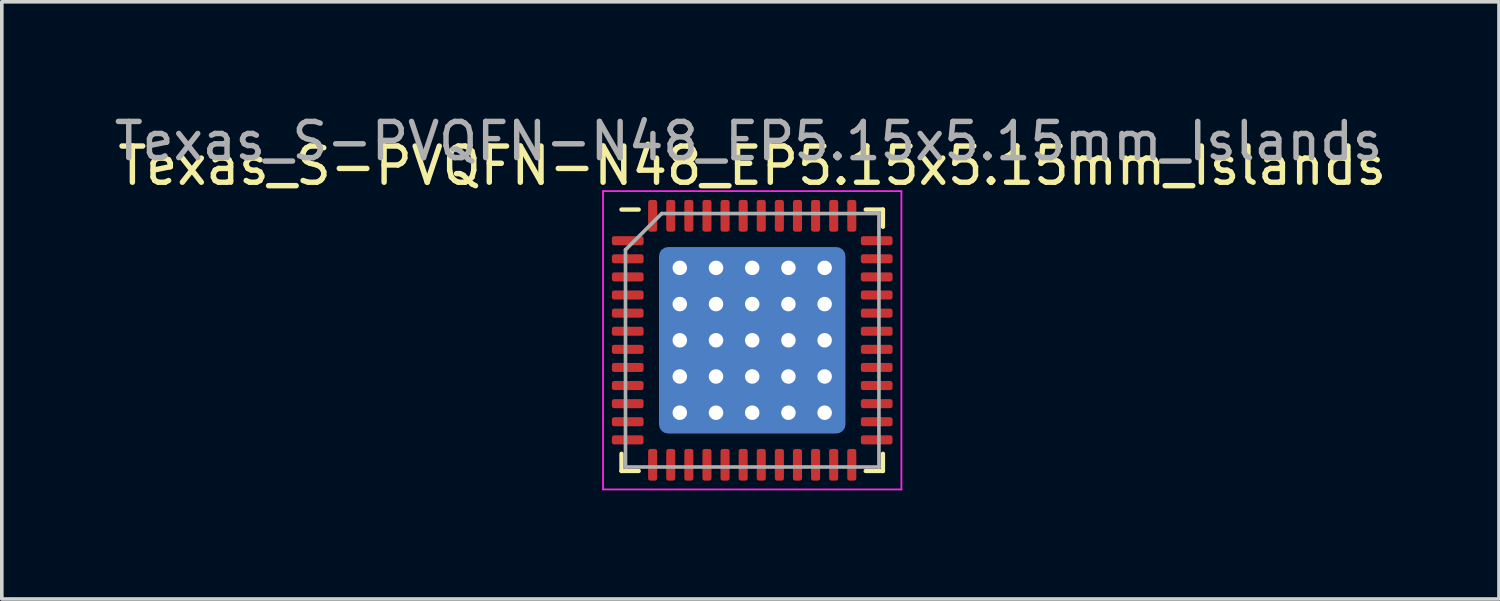
<source format=kicad_pcb>
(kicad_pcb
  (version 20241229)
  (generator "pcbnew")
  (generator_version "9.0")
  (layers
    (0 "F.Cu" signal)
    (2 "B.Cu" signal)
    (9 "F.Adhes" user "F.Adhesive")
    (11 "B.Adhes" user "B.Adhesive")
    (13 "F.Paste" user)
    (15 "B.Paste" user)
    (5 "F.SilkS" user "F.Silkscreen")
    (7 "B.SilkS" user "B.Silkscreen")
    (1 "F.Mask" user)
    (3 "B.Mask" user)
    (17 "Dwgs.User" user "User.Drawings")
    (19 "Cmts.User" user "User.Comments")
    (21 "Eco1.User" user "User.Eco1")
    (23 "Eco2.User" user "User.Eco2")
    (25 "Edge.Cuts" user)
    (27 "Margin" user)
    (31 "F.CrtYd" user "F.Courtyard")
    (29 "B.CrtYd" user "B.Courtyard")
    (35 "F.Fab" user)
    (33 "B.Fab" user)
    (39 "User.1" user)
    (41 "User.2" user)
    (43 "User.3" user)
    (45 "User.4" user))
  (footprint "Texas_S-PVQFN-N48_EP5.15x5.15mm_Islands"
    (layer "F.Cu")
    (at 17.725 6.348)
    (property "Reference" "Texas_S-PVQFN-N48_EP5.15x5.15mm_Islands" (at 0 -4.82 0) (layer "F.SilkS") (effects (font (size 1 1) (thickness 0.15))))
    (attr smd)
    (fp_line (start -3.61 3.61) (end -3.61 3.135) (stroke (width 0.12) (type solid)) (layer "F.SilkS"))
    (fp_line (start -3.135 -3.61) (end -3.61 -3.61) (stroke (width 0.12) (type solid)) (layer "F.SilkS"))
    (fp_line (start -3.135 3.61) (end -3.61 3.61) (stroke (width 0.12) (type solid)) (layer "F.SilkS"))
    (fp_line (start 3.135 -3.61) (end 3.61 -3.61) (stroke (width 0.12) (type solid)) (layer "F.SilkS"))
    (fp_line (start 3.135 3.61) (end 3.61 3.61) (stroke (width 0.12) (type solid)) (layer "F.SilkS"))
    (fp_line (start 3.61 -3.61) (end 3.61 -3.135) (stroke (width 0.12) (type solid)) (layer "F.SilkS"))
    (fp_line (start 3.61 3.61) (end 3.61 3.135) (stroke (width 0.12) (type solid)) (layer "F.SilkS"))
    (fp_line (start -4.12 -4.12) (end -4.12 4.12) (stroke (width 0.05) (type solid)) (layer "F.CrtYd"))
    (fp_line (start -4.12 4.12) (end 4.12 4.12) (stroke (width 0.05) (type solid)) (layer "F.CrtYd"))
    (fp_line (start 4.12 -4.12) (end -4.12 -4.12) (stroke (width 0.05) (type solid)) (layer "F.CrtYd"))
    (fp_line (start 4.12 4.12) (end 4.12 -4.12) (stroke (width 0.05) (type solid)) (layer "F.CrtYd"))
    (fp_line (start -3.5 -2.5) (end -2.5 -3.5) (stroke (width 0.1) (type solid)) (layer "F.Fab"))
    (fp_line (start -3.5 3.5) (end -3.5 -2.5) (stroke (width 0.1) (type solid)) (layer "F.Fab"))
    (fp_line (start -2.5 -3.5) (end 3.5 -3.5) (stroke (width 0.1) (type solid)) (layer "F.Fab"))
    (fp_line (start 3.5 -3.5) (end 3.5 3.5) (stroke (width 0.1) (type solid)) (layer "F.Fab"))
    (fp_line (start 3.5 3.5) (end -3.5 3.5) (stroke (width 0.1) (type solid)) (layer "F.Fab"))
    (fp_text user "${REFERENCE}" (at -0.1 -5.5 0) (layer "F.Fab") (effects (font (size 1 1) (thickness 0.15))))
    (pad "1" smd roundrect (at -3.438 -2.75) (size 0.875 0.25) (layers "F.Cu" "F.Mask" "F.Paste") (roundrect_rratio 0.25))
    (pad "2" smd roundrect (at -3.438 -2.25) (size 0.875 0.25) (layers "F.Cu" "F.Mask" "F.Paste") (roundrect_rratio 0.25))
    (pad "3" smd roundrect (at -3.438 -1.75) (size 0.875 0.25) (layers "F.Cu" "F.Mask" "F.Paste") (roundrect_rratio 0.25))
    (pad "4" smd roundrect (at -3.438 -1.25) (size 0.875 0.25) (layers "F.Cu" "F.Mask" "F.Paste") (roundrect_rratio 0.25))
    (pad "5" smd roundrect (at -3.438 -0.75) (size 0.875 0.25) (layers "F.Cu" "F.Mask" "F.Paste") (roundrect_rratio 0.25))
    (pad "6" smd roundrect (at -3.438 -0.25) (size 0.875 0.25) (layers "F.Cu" "F.Mask" "F.Paste") (roundrect_rratio 0.25))
    (pad "7" smd roundrect (at -3.438 0.25) (size 0.875 0.25) (layers "F.Cu" "F.Mask" "F.Paste") (roundrect_rratio 0.25))
    (pad "8" smd roundrect (at -3.438 0.75) (size 0.875 0.25) (layers "F.Cu" "F.Mask" "F.Paste") (roundrect_rratio 0.25))
    (pad "9" smd roundrect (at -3.438 1.25) (size 0.875 0.25) (layers "F.Cu" "F.Mask" "F.Paste") (roundrect_rratio 0.25))
    (pad "10" smd roundrect (at -3.438 1.75) (size 0.875 0.25) (layers "F.Cu" "F.Mask" "F.Paste") (roundrect_rratio 0.25))
    (pad "11" smd roundrect (at -3.438 2.25) (size 0.875 0.25) (layers "F.Cu" "F.Mask" "F.Paste") (roundrect_rratio 0.25))
    (pad "12" smd roundrect (at -3.438 2.75) (size 0.875 0.25) (layers "F.Cu" "F.Mask" "F.Paste") (roundrect_rratio 0.25))
    (pad "13" smd roundrect (at -2.75 3.438) (size 0.25 0.875) (layers "F.Cu" "F.Mask" "F.Paste") (roundrect_rratio 0.25))
    (pad "14" smd roundrect (at -2.25 3.438) (size 0.25 0.875) (layers "F.Cu" "F.Mask" "F.Paste") (roundrect_rratio 0.25))
    (pad "15" smd roundrect (at -1.75 3.438) (size 0.25 0.875) (layers "F.Cu" "F.Mask" "F.Paste") (roundrect_rratio 0.25))
    (pad "16" smd roundrect (at -1.25 3.438) (size 0.25 0.875) (layers "F.Cu" "F.Mask" "F.Paste") (roundrect_rratio 0.25))
    (pad "17" smd roundrect (at -0.75 3.438) (size 0.25 0.875) (layers "F.Cu" "F.Mask" "F.Paste") (roundrect_rratio 0.25))
    (pad "18" smd roundrect (at -0.25 3.438) (size 0.25 0.875) (layers "F.Cu" "F.Mask" "F.Paste") (roundrect_rratio 0.25))
    (pad "19" smd roundrect (at 0.25 3.438) (size 0.25 0.875) (layers "F.Cu" "F.Mask" "F.Paste") (roundrect_rratio 0.25))
    (pad "20" smd roundrect (at 0.75 3.438) (size 0.25 0.875) (layers "F.Cu" "F.Mask" "F.Paste") (roundrect_rratio 0.25))
    (pad "21" smd roundrect (at 1.25 3.438) (size 0.25 0.875) (layers "F.Cu" "F.Mask" "F.Paste") (roundrect_rratio 0.25))
    (pad "22" smd roundrect (at 1.75 3.438) (size 0.25 0.875) (layers "F.Cu" "F.Mask" "F.Paste") (roundrect_rratio 0.25))
    (pad "23" smd roundrect (at 2.25 3.438) (size 0.25 0.875) (layers "F.Cu" "F.Mask" "F.Paste") (roundrect_rratio 0.25))
    (pad "24" smd roundrect (at 2.75 3.438) (size 0.25 0.875) (layers "F.Cu" "F.Mask" "F.Paste") (roundrect_rratio 0.25))
    (pad "25" smd roundrect (at 3.438 2.75) (size 0.875 0.25) (layers "F.Cu" "F.Mask" "F.Paste") (roundrect_rratio 0.25))
    (pad "26" smd roundrect (at 3.438 2.25) (size 0.875 0.25) (layers "F.Cu" "F.Mask" "F.Paste") (roundrect_rratio 0.25))
    (pad "27" smd roundrect (at 3.438 1.75) (size 0.875 0.25) (layers "F.Cu" "F.Mask" "F.Paste") (roundrect_rratio 0.25))
    (pad "28" smd roundrect (at 3.438 1.25) (size 0.875 0.25) (layers "F.Cu" "F.Mask" "F.Paste") (roundrect_rratio 0.25))
    (pad "29" smd roundrect (at 3.438 0.75) (size 0.875 0.25) (layers "F.Cu" "F.Mask" "F.Paste") (roundrect_rratio 0.25))
    (pad "30" smd roundrect (at 3.438 0.25) (size 0.875 0.25) (layers "F.Cu" "F.Mask" "F.Paste") (roundrect_rratio 0.25))
    (pad "31" smd roundrect (at 3.438 -0.25) (size 0.875 0.25) (layers "F.Cu" "F.Mask" "F.Paste") (roundrect_rratio 0.25))
    (pad "32" smd roundrect (at 3.438 -0.75) (size 0.875 0.25) (layers "F.Cu" "F.Mask" "F.Paste") (roundrect_rratio 0.25))
    (pad "33" smd roundrect (at 3.438 -1.25) (size 0.875 0.25) (layers "F.Cu" "F.Mask" "F.Paste") (roundrect_rratio 0.25))
    (pad "34" smd roundrect (at 3.438 -1.75) (size 0.875 0.25) (layers "F.Cu" "F.Mask" "F.Paste") (roundrect_rratio 0.25))
    (pad "35" smd roundrect (at 3.438 -2.25) (size 0.875 0.25) (layers "F.Cu" "F.Mask" "F.Paste") (roundrect_rratio 0.25))
    (pad "36" smd roundrect (at 3.438 -2.75) (size 0.875 0.25) (layers "F.Cu" "F.Mask" "F.Paste") (roundrect_rratio 0.25))
    (pad "37" smd roundrect (at 2.75 -3.438) (size 0.25 0.875) (layers "F.Cu" "F.Mask" "F.Paste") (roundrect_rratio 0.25))
    (pad "38" smd roundrect (at 2.25 -3.438) (size 0.25 0.875) (layers "F.Cu" "F.Mask" "F.Paste") (roundrect_rratio 0.25))
    (pad "39" smd roundrect (at 1.75 -3.438) (size 0.25 0.875) (layers "F.Cu" "F.Mask" "F.Paste") (roundrect_rratio 0.25))
    (pad "40" smd roundrect (at 1.25 -3.438) (size 0.25 0.875) (layers "F.Cu" "F.Mask" "F.Paste") (roundrect_rratio 0.25))
    (pad "41" smd roundrect (at 0.75 -3.438) (size 0.25 0.875) (layers "F.Cu" "F.Mask" "F.Paste") (roundrect_rratio 0.25))
    (pad "42" smd roundrect (at 0.25 -3.438) (size 0.25 0.875) (layers "F.Cu" "F.Mask" "F.Paste") (roundrect_rratio 0.25))
    (pad "43" smd roundrect (at -0.25 -3.438) (size 0.25 0.875) (layers "F.Cu" "F.Mask" "F.Paste") (roundrect_rratio 0.25))
    (pad "44" smd roundrect (at -0.75 -3.438) (size 0.25 0.875) (layers "F.Cu" "F.Mask" "F.Paste") (roundrect_rratio 0.25))
    (pad "45" smd roundrect (at -1.25 -3.438) (size 0.25 0.875) (layers "F.Cu" "F.Mask" "F.Paste") (roundrect_rratio 0.25))
    (pad "46" smd roundrect (at -1.75 -3.438) (size 0.25 0.875) (layers "F.Cu" "F.Mask" "F.Paste") (roundrect_rratio 0.25))
    (pad "47" smd roundrect (at -2.25 -3.438) (size 0.25 0.875) (layers "F.Cu" "F.Mask" "F.Paste") (roundrect_rratio 0.25))
    (pad "48" smd roundrect (at -2.75 -3.438) (size 0.25 0.875) (layers "F.Cu" "F.Mask" "F.Paste") (roundrect_rratio 0.25))
    (pad "49" smd custom (at -2.288 -2.288) (size 0.342 0.342) (layers "F.Cu" "F.Paste") (options (anchor circle)) (primitives (gr_poly (pts (xy -0.116 -0.116) (xy 0.116 -0.116) (xy 0.116 0.012) (xy 0.012 0.116) (xy -0.116 0.116)) (width 0.232) (fill yes))))
    (pad "49" smd custom (at -2.288 -1.5) (size 0.371 0.371) (layers "F.Cu" "F.Paste") (options (anchor circle)) (primitives (gr_poly (pts (xy -0.14 -0.311) (xy 0.063 -0.311) (xy 0.14 -0.235) (xy 0.14 0.235) (xy 0.063 0.311) (xy -0.14 0.311)) (width 0.184) (fill yes))))
    (pad "49" smd custom (at -2.288 -0.5) (size 0.371 0.371) (layers "F.Cu" "F.Paste") (options (anchor circle)) (primitives (gr_poly (pts (xy -0.14 -0.311) (xy 0.063 -0.311) (xy 0.14 -0.235) (xy 0.14 0.235) (xy 0.063 0.311) (xy -0.14 0.311)) (width 0.184) (fill yes))))
    (pad "49" smd custom (at -2.288 0.5) (size 0.371 0.371) (layers "F.Cu" "F.Paste") (options (anchor circle)) (primitives (gr_poly (pts (xy -0.14 -0.311) (xy 0.063 -0.311) (xy 0.14 -0.235) (xy 0.14 0.235) (xy 0.063 0.311) (xy -0.14 0.311)) (width 0.184) (fill yes))))
    (pad "49" smd custom (at -2.288 1.5) (size 0.371 0.371) (layers "F.Cu" "F.Paste") (options (anchor circle)) (primitives (gr_poly (pts (xy -0.14 -0.311) (xy 0.063 -0.311) (xy 0.14 -0.235) (xy 0.14 0.235) (xy 0.063 0.311) (xy -0.14 0.311)) (width 0.184) (fill yes))))
    (pad "49" smd custom (at -2.288 2.288) (size 0.342 0.342) (layers "F.Cu" "F.Paste") (options (anchor circle)) (primitives (gr_poly (pts (xy -0.116 -0.116) (xy 0.012 -0.116) (xy 0.116 -0.012) (xy 0.116 0.116) (xy -0.116 0.116)) (width 0.232) (fill yes))))
    (pad "49" thru_hole circle (at -2 -2) (size 0.7 0.7) (drill 0.4) (layers "*.Cu"))
    (pad "49" thru_hole circle (at -2 -1) (size 0.7 0.7) (drill 0.4) (layers "*.Cu"))
    (pad "49" thru_hole circle (at -2 0) (size 0.7 0.7) (drill 0.4) (layers "*.Cu"))
    (pad "49" thru_hole circle (at -2 1) (size 0.7 0.7) (drill 0.4) (layers "*.Cu"))
    (pad "49" thru_hole circle (at -2 2) (size 0.7 0.7) (drill 0.4) (layers "*.Cu"))
    (pad "49" smd custom (at -1.5 -2.288) (size 0.371 0.371) (layers "F.Cu" "F.Paste") (options (anchor circle)) (primitives (gr_poly (pts (xy -0.311 -0.14) (xy 0.311 -0.14) (xy 0.311 0.063) (xy 0.235 0.14) (xy -0.235 0.14) (xy -0.311 0.063)) (width 0.184) (fill yes))))
    (pad "49" smd roundrect (at -1.5 -1.5) (size 0.806 0.806) (layers "F.Cu" "F.Paste") (roundrect_rratio 0.25))
    (pad "49" smd roundrect (at -1.5 -0.5) (size 0.806 0.806) (layers "F.Cu" "F.Paste") (roundrect_rratio 0.25))
    (pad "49" smd roundrect (at -1.5 0.5) (size 0.806 0.806) (layers "F.Cu" "F.Paste") (roundrect_rratio 0.25))
    (pad "49" smd roundrect (at -1.5 1.5) (size 0.806 0.806) (layers "F.Cu" "F.Paste") (roundrect_rratio 0.25))
    (pad "49" smd custom (at -1.5 2.288) (size 0.371 0.371) (layers "F.Cu" "F.Paste") (options (anchor circle)) (primitives (gr_poly (pts (xy -0.311 -0.063) (xy -0.235 -0.14) (xy 0.235 -0.14) (xy 0.311 -0.063) (xy 0.311 0.14) (xy -0.311 0.14)) (width 0.184) (fill yes))))
    (pad "49" thru_hole circle (at -1 -2) (size 0.7 0.7) (drill 0.4) (layers "*.Cu"))
    (pad "49" thru_hole circle (at -1 -1) (size 0.7 0.7) (drill 0.4) (layers "*.Cu"))
    (pad "49" thru_hole circle (at -1 0) (size 0.7 0.7) (drill 0.4) (layers "*.Cu"))
    (pad "49" thru_hole circle (at -1 1) (size 0.7 0.7) (drill 0.4) (layers "*.Cu"))
    (pad "49" thru_hole circle (at -1 2) (size 0.7 0.7) (drill 0.4) (layers "*.Cu"))
    (pad "49" smd custom (at -0.5 -2.288) (size 0.371 0.371) (layers "F.Cu" "F.Paste") (options (anchor circle)) (primitives (gr_poly (pts (xy -0.311 -0.14) (xy 0.311 -0.14) (xy 0.311 0.063) (xy 0.235 0.14) (xy -0.235 0.14) (xy -0.311 0.063)) (width 0.184) (fill yes))))
    (pad "49" smd roundrect (at -0.5 -1.5) (size 0.806 0.806) (layers "F.Cu" "F.Paste") (roundrect_rratio 0.25))
    (pad "49" smd roundrect (at -0.5 -0.5) (size 0.806 0.806) (layers "F.Cu" "F.Paste") (roundrect_rratio 0.25))
    (pad "49" smd roundrect (at -0.5 0.5) (size 0.806 0.806) (layers "F.Cu" "F.Paste") (roundrect_rratio 0.25))
    (pad "49" smd roundrect (at -0.5 1.5) (size 0.806 0.806) (layers "F.Cu" "F.Paste") (roundrect_rratio 0.25))
    (pad "49" smd custom (at -0.5 2.288) (size 0.371 0.371) (layers "F.Cu" "F.Paste") (options (anchor circle)) (primitives (gr_poly (pts (xy -0.311 -0.063) (xy -0.235 -0.14) (xy 0.235 -0.14) (xy 0.311 -0.063) (xy 0.311 0.14) (xy -0.311 0.14)) (width 0.184) (fill yes))))
    (pad "49" thru_hole circle (at 0 -2) (size 0.7 0.7) (drill 0.4) (layers "*.Cu"))
    (pad "49" thru_hole circle (at 0 -1) (size 0.7 0.7) (drill 0.4) (layers "*.Cu"))
    (pad "49" thru_hole circle (at 0 0) (size 0.7 0.7) (drill 0.4) (layers "*.Cu"))
    (pad "49" smd roundrect (at 0 0) (size 5.15 5.15) (layers "B.Cu" "B.Mask") (roundrect_rratio 0.049))
    (pad "49" thru_hole circle (at 0 1) (size 0.7 0.7) (drill 0.4) (layers "*.Cu"))
    (pad "49" thru_hole circle (at 0 2) (size 0.7 0.7) (drill 0.4) (layers "*.Cu"))
    (pad "49" smd custom (at 0.5 -2.288) (size 0.371 0.371) (layers "F.Cu" "F.Paste") (options (anchor circle)) (primitives (gr_poly (pts (xy -0.311 -0.14) (xy 0.311 -0.14) (xy 0.311 0.063) (xy 0.235 0.14) (xy -0.235 0.14) (xy -0.311 0.063)) (width 0.184) (fill yes))))
    (pad "49" smd roundrect (at 0.5 -1.5) (size 0.806 0.806) (layers "F.Cu" "F.Paste") (roundrect_rratio 0.25))
    (pad "49" smd roundrect (at 0.5 -0.5) (size 0.806 0.806) (layers "F.Cu" "F.Paste") (roundrect_rratio 0.25))
    (pad "49" smd roundrect (at 0.5 0.5) (size 0.806 0.806) (layers "F.Cu" "F.Paste") (roundrect_rratio 0.25))
    (pad "49" smd roundrect (at 0.5 1.5) (size 0.806 0.806) (layers "F.Cu" "F.Paste") (roundrect_rratio 0.25))
    (pad "49" smd custom (at 0.5 2.288) (size 0.371 0.371) (layers "F.Cu" "F.Paste") (options (anchor circle)) (primitives (gr_poly (pts (xy -0.311 -0.063) (xy -0.235 -0.14) (xy 0.235 -0.14) (xy 0.311 -0.063) (xy 0.311 0.14) (xy -0.311 0.14)) (width 0.184) (fill yes))))
    (pad "49" thru_hole circle (at 1 -2) (size 0.7 0.7) (drill 0.4) (layers "*.Cu"))
    (pad "49" thru_hole circle (at 1 -1) (size 0.7 0.7) (drill 0.4) (layers "*.Cu"))
    (pad "49" thru_hole circle (at 1 0) (size 0.7 0.7) (drill 0.4) (layers "*.Cu"))
    (pad "49" thru_hole circle (at 1 1) (size 0.7 0.7) (drill 0.4) (layers "*.Cu"))
    (pad "49" thru_hole circle (at 1 2) (size 0.7 0.7) (drill 0.4) (layers "*.Cu"))
    (pad "49" smd custom (at 1.5 -2.288) (size 0.371 0.371) (layers "F.Cu" "F.Paste") (options (anchor circle)) (primitives (gr_poly (pts (xy -0.311 -0.14) (xy 0.311 -0.14) (xy 0.311 0.063) (xy 0.235 0.14) (xy -0.235 0.14) (xy -0.311 0.063)) (width 0.184) (fill yes))))
    (pad "49" smd roundrect (at 1.5 -1.5) (size 0.806 0.806) (layers "F.Cu" "F.Paste") (roundrect_rratio 0.25))
    (pad "49" smd roundrect (at 1.5 -0.5) (size 0.806 0.806) (layers "F.Cu" "F.Paste") (roundrect_rratio 0.25))
    (pad "49" smd roundrect (at 1.5 0.5) (size 0.806 0.806) (layers "F.Cu" "F.Paste") (roundrect_rratio 0.25))
    (pad "49" smd roundrect (at 1.5 1.5) (size 0.806 0.806) (layers "F.Cu" "F.Paste") (roundrect_rratio 0.25))
    (pad "49" smd custom (at 1.5 2.288) (size 0.371 0.371) (layers "F.Cu" "F.Paste") (options (anchor circle)) (primitives (gr_poly (pts (xy -0.311 -0.063) (xy -0.235 -0.14) (xy 0.235 -0.14) (xy 0.311 -0.063) (xy 0.311 0.14) (xy -0.311 0.14)) (width 0.184) (fill yes))))
    (pad "49" thru_hole circle (at 2 -2) (size 0.7 0.7) (drill 0.4) (layers "*.Cu"))
    (pad "49" thru_hole circle (at 2 -1) (size 0.7 0.7) (drill 0.4) (layers "*.Cu"))
    (pad "49" thru_hole circle (at 2 0) (size 0.7 0.7) (drill 0.4) (layers "*.Cu"))
    (pad "49" thru_hole circle (at 2 1) (size 0.7 0.7) (drill 0.4) (layers "*.Cu"))
    (pad "49" thru_hole circle (at 2 2) (size 0.7 0.7) (drill 0.4) (layers "*.Cu"))
    (pad "49" smd custom (at 2.288 -2.288) (size 0.342 0.342) (layers "F.Cu" "F.Paste") (options (anchor circle)) (primitives (gr_poly (pts (xy -0.116 -0.116) (xy 0.116 -0.116) (xy 0.116 0.116) (xy -0.012 0.116) (xy -0.116 0.012)) (width 0.232) (fill yes))))
    (pad "49" smd custom (at 2.288 -1.5) (size 0.371 0.371) (layers "F.Cu" "F.Paste") (options (anchor circle)) (primitives (gr_poly (pts (xy -0.14 -0.235) (xy -0.063 -0.311) (xy 0.14 -0.311) (xy 0.14 0.311) (xy -0.063 0.311) (xy -0.14 0.235)) (width 0.184) (fill yes))))
    (pad "49" smd custom (at 2.288 -0.5) (size 0.371 0.371) (layers "F.Cu" "F.Paste") (options (anchor circle)) (primitives (gr_poly (pts (xy -0.14 -0.235) (xy -0.063 -0.311) (xy 0.14 -0.311) (xy 0.14 0.311) (xy -0.063 0.311) (xy -0.14 0.235)) (width 0.184) (fill yes))))
    (pad "49" smd custom (at 2.288 0.5) (size 0.371 0.371) (layers "F.Cu" "F.Paste") (options (anchor circle)) (primitives (gr_poly (pts (xy -0.14 -0.235) (xy -0.063 -0.311) (xy 0.14 -0.311) (xy 0.14 0.311) (xy -0.063 0.311) (xy -0.14 0.235)) (width 0.184) (fill yes))))
    (pad "49" smd custom (at 2.288 1.5) (size 0.371 0.371) (layers "F.Cu" "F.Paste") (options (anchor circle)) (primitives (gr_poly (pts (xy -0.14 -0.235) (xy -0.063 -0.311) (xy 0.14 -0.311) (xy 0.14 0.311) (xy -0.063 0.311) (xy -0.14 0.235)) (width 0.184) (fill yes))))
    (pad "49" smd custom (at 2.288 2.288) (size 0.342 0.342) (layers "F.Cu" "F.Paste") (options (anchor circle)) (primitives (gr_poly (pts (xy -0.116 -0.012) (xy -0.012 -0.116) (xy 0.116 -0.116) (xy 0.116 0.116) (xy -0.116 0.116)) (width 0.232) (fill yes)))))
  (gr_rect
    (start -3 -3)
    (end 38.35 13.493)
    (stroke (width 0.1) (type default))
    (fill no)
    (layer "Edge.Cuts")))
</source>
